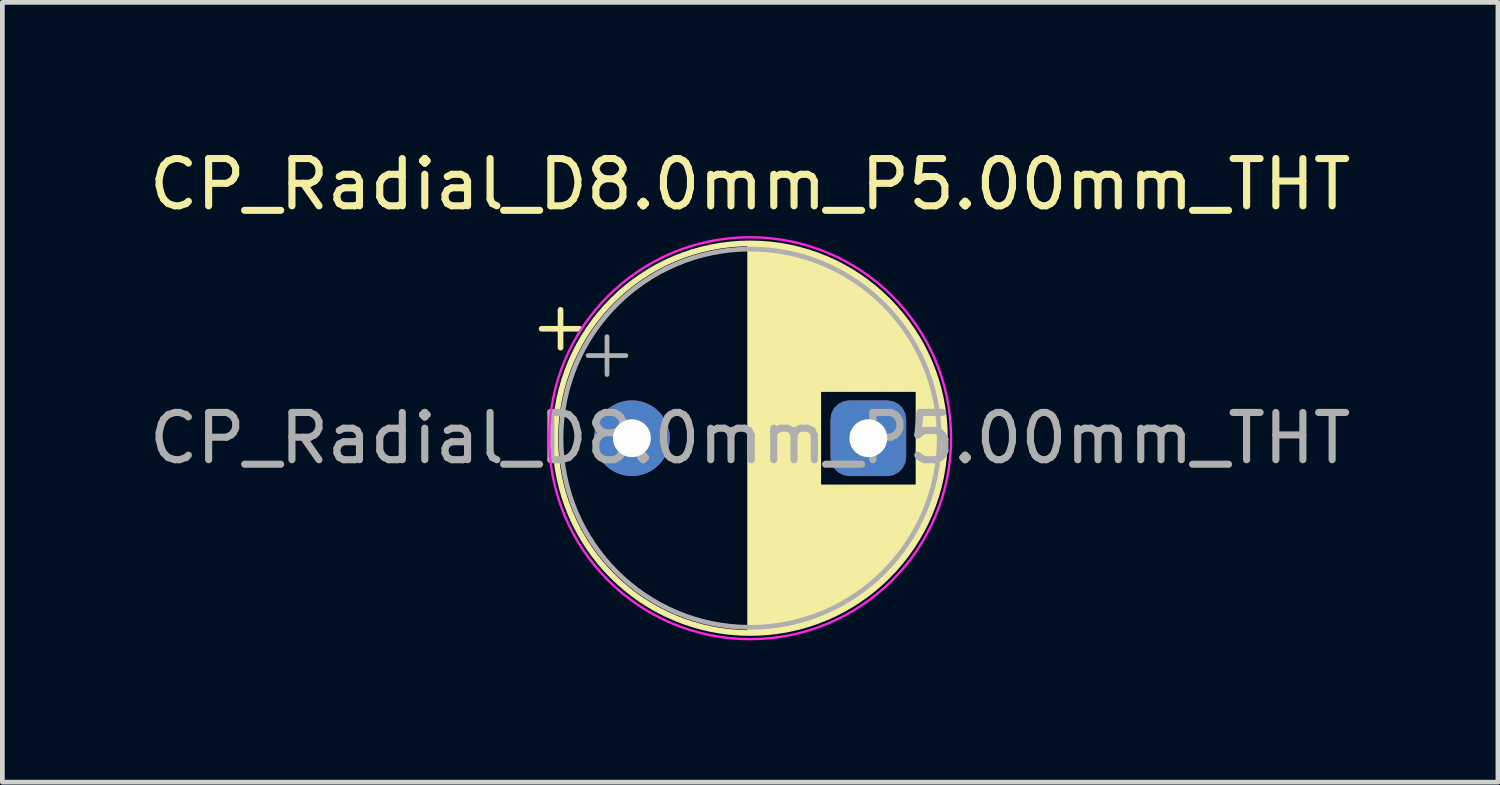
<source format=kicad_pcb>
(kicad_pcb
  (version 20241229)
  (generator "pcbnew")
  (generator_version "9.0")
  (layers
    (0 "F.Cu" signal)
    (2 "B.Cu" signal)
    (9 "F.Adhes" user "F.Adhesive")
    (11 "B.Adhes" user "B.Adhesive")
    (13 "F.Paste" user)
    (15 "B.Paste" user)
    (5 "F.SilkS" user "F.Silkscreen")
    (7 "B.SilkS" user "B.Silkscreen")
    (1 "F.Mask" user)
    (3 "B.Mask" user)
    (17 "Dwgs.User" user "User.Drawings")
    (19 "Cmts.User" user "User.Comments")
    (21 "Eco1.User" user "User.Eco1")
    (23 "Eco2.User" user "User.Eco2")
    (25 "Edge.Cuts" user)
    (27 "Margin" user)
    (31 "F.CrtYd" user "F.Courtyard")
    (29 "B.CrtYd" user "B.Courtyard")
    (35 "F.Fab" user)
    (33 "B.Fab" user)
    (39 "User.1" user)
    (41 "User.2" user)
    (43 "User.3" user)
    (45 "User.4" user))
  (footprint "CP_Radial_D8.0mm_P5.00mm_THT"
    (layer "F.Cu")
    (at 10.315 6.218)
    (property "Reference" "CP_Radial_D8.0mm_P5.00mm_THT" (at 2.5 -5.37 0) (layer "F.SilkS") (effects (font (size 1 1) (thickness 0.15))))
    (attr through_hole)
    (fp_line (start -1.91 -2.315) (end -1.11 -2.315) (stroke (width 0.12) (type solid)) (layer "F.SilkS"))
    (fp_line (start -1.51 -2.715) (end -1.51 -1.915) (stroke (width 0.12) (type solid)) (layer "F.SilkS"))
    (fp_line (start 2.5 -4.08) (end 2.5 4.08) (stroke (width 0.12) (type solid)) (layer "F.SilkS"))
    (fp_line (start 2.54 -4.08) (end 2.54 4.08) (stroke (width 0.12) (type solid)) (layer "F.SilkS"))
    (fp_line (start 2.58 -4.08) (end 2.58 4.08) (stroke (width 0.12) (type solid)) (layer "F.SilkS"))
    (fp_line (start 2.62 -4.079) (end 2.62 4.079) (stroke (width 0.12) (type solid)) (layer "F.SilkS"))
    (fp_line (start 2.66 -4.077) (end 2.66 4.077) (stroke (width 0.12) (type solid)) (layer "F.SilkS"))
    (fp_line (start 2.7 -4.076) (end 2.7 4.076) (stroke (width 0.12) (type solid)) (layer "F.SilkS"))
    (fp_line (start 2.74 -4.074) (end 2.74 4.074) (stroke (width 0.12) (type solid)) (layer "F.SilkS"))
    (fp_line (start 2.78 -4.071) (end 2.78 4.071) (stroke (width 0.12) (type solid)) (layer "F.SilkS"))
    (fp_line (start 2.82 -4.068) (end 2.82 4.068) (stroke (width 0.12) (type solid)) (layer "F.SilkS"))
    (fp_line (start 2.86 -4.065) (end 2.86 4.065) (stroke (width 0.12) (type solid)) (layer "F.SilkS"))
    (fp_line (start 2.9 -4.061) (end 2.9 4.061) (stroke (width 0.12) (type solid)) (layer "F.SilkS"))
    (fp_line (start 2.94 -4.057) (end 2.94 4.057) (stroke (width 0.12) (type solid)) (layer "F.SilkS"))
    (fp_line (start 2.98 -4.052) (end 2.98 4.052) (stroke (width 0.12) (type solid)) (layer "F.SilkS"))
    (fp_line (start 3.02 -4.048) (end 3.02 4.048) (stroke (width 0.12) (type solid)) (layer "F.SilkS"))
    (fp_line (start 3.06 -4.042) (end 3.06 4.042) (stroke (width 0.12) (type solid)) (layer "F.SilkS"))
    (fp_line (start 3.1 -4.037) (end 3.1 4.037) (stroke (width 0.12) (type solid)) (layer "F.SilkS"))
    (fp_line (start 3.14 -4.03) (end 3.14 4.03) (stroke (width 0.12) (type solid)) (layer "F.SilkS"))
    (fp_line (start 3.18 -4.024) (end 3.18 4.024) (stroke (width 0.12) (type solid)) (layer "F.SilkS"))
    (fp_line (start 3.221 -4.017) (end 3.221 4.017) (stroke (width 0.12) (type solid)) (layer "F.SilkS"))
    (fp_line (start 3.261 -4.01) (end 3.261 4.01) (stroke (width 0.12) (type solid)) (layer "F.SilkS"))
    (fp_line (start 3.301 -4.002) (end 3.301 4.002) (stroke (width 0.12) (type solid)) (layer "F.SilkS"))
    (fp_line (start 3.341 -3.994) (end 3.341 3.994) (stroke (width 0.12) (type solid)) (layer "F.SilkS"))
    (fp_line (start 3.381 -3.985) (end 3.381 3.985) (stroke (width 0.12) (type solid)) (layer "F.SilkS"))
    (fp_line (start 3.421 -3.976) (end 3.421 3.976) (stroke (width 0.12) (type solid)) (layer "F.SilkS"))
    (fp_line (start 3.461 -3.967) (end 3.461 3.967) (stroke (width 0.12) (type solid)) (layer "F.SilkS"))
    (fp_line (start 3.501 -3.957) (end 3.501 3.957) (stroke (width 0.12) (type solid)) (layer "F.SilkS"))
    (fp_line (start 3.541 -3.947) (end 3.541 3.947) (stroke (width 0.12) (type solid)) (layer "F.SilkS"))
    (fp_line (start 3.581 -3.936) (end 3.581 3.936) (stroke (width 0.12) (type solid)) (layer "F.SilkS"))
    (fp_line (start 3.621 -3.925) (end 3.621 3.925) (stroke (width 0.12) (type solid)) (layer "F.SilkS"))
    (fp_line (start 3.661 -3.914) (end 3.661 3.914) (stroke (width 0.12) (type solid)) (layer "F.SilkS"))
    (fp_line (start 3.701 -3.902) (end 3.701 3.902) (stroke (width 0.12) (type solid)) (layer "F.SilkS"))
    (fp_line (start 3.741 -3.889) (end 3.741 3.889) (stroke (width 0.12) (type solid)) (layer "F.SilkS"))
    (fp_line (start 3.781 -3.877) (end 3.781 3.877) (stroke (width 0.12) (type solid)) (layer "F.SilkS"))
    (fp_line (start 3.821 -3.863) (end 3.821 3.863) (stroke (width 0.12) (type solid)) (layer "F.SilkS"))
    (fp_line (start 3.861 -3.85) (end 3.861 3.85) (stroke (width 0.12) (type solid)) (layer "F.SilkS"))
    (fp_line (start 3.901 -3.835) (end 3.901 3.835) (stroke (width 0.12) (type solid)) (layer "F.SilkS"))
    (fp_line (start 3.941 -3.821) (end 3.941 3.821) (stroke (width 0.12) (type solid)) (layer "F.SilkS"))
    (fp_line (start 3.981 -3.805) (end 3.981 -1.04) (stroke (width 0.12) (type solid)) (layer "F.SilkS"))
    (fp_line (start 3.981 1.04) (end 3.981 3.805) (stroke (width 0.12) (type solid)) (layer "F.SilkS"))
    (fp_line (start 4.021 -3.79) (end 4.021 -1.04) (stroke (width 0.12) (type solid)) (layer "F.SilkS"))
    (fp_line (start 4.021 1.04) (end 4.021 3.79) (stroke (width 0.12) (type solid)) (layer "F.SilkS"))
    (fp_line (start 4.061 -3.774) (end 4.061 -1.04) (stroke (width 0.12) (type solid)) (layer "F.SilkS"))
    (fp_line (start 4.061 1.04) (end 4.061 3.774) (stroke (width 0.12) (type solid)) (layer "F.SilkS"))
    (fp_line (start 4.101 -3.757) (end 4.101 -1.04) (stroke (width 0.12) (type solid)) (layer "F.SilkS"))
    (fp_line (start 4.101 1.04) (end 4.101 3.757) (stroke (width 0.12) (type solid)) (layer "F.SilkS"))
    (fp_line (start 4.141 -3.74) (end 4.141 -1.04) (stroke (width 0.12) (type solid)) (layer "F.SilkS"))
    (fp_line (start 4.141 1.04) (end 4.141 3.74) (stroke (width 0.12) (type solid)) (layer "F.SilkS"))
    (fp_line (start 4.181 -3.722) (end 4.181 -1.04) (stroke (width 0.12) (type solid)) (layer "F.SilkS"))
    (fp_line (start 4.181 1.04) (end 4.181 3.722) (stroke (width 0.12) (type solid)) (layer "F.SilkS"))
    (fp_line (start 4.221 -3.704) (end 4.221 -1.04) (stroke (width 0.12) (type solid)) (layer "F.SilkS"))
    (fp_line (start 4.221 1.04) (end 4.221 3.704) (stroke (width 0.12) (type solid)) (layer "F.SilkS"))
    (fp_line (start 4.261 -3.686) (end 4.261 -1.04) (stroke (width 0.12) (type solid)) (layer "F.SilkS"))
    (fp_line (start 4.261 1.04) (end 4.261 3.686) (stroke (width 0.12) (type solid)) (layer "F.SilkS"))
    (fp_line (start 4.301 -3.666) (end 4.301 -1.04) (stroke (width 0.12) (type solid)) (layer "F.SilkS"))
    (fp_line (start 4.301 1.04) (end 4.301 3.666) (stroke (width 0.12) (type solid)) (layer "F.SilkS"))
    (fp_line (start 4.341 -3.647) (end 4.341 -1.04) (stroke (width 0.12) (type solid)) (layer "F.SilkS"))
    (fp_line (start 4.341 1.04) (end 4.341 3.647) (stroke (width 0.12) (type solid)) (layer "F.SilkS"))
    (fp_line (start 4.381 -3.627) (end 4.381 -1.04) (stroke (width 0.12) (type solid)) (layer "F.SilkS"))
    (fp_line (start 4.381 1.04) (end 4.381 3.627) (stroke (width 0.12) (type solid)) (layer "F.SilkS"))
    (fp_line (start 4.421 -3.606) (end 4.421 -1.04) (stroke (width 0.12) (type solid)) (layer "F.SilkS"))
    (fp_line (start 4.421 1.04) (end 4.421 3.606) (stroke (width 0.12) (type solid)) (layer "F.SilkS"))
    (fp_line (start 4.461 -3.584) (end 4.461 -1.04) (stroke (width 0.12) (type solid)) (layer "F.SilkS"))
    (fp_line (start 4.461 1.04) (end 4.461 3.584) (stroke (width 0.12) (type solid)) (layer "F.SilkS"))
    (fp_line (start 4.501 -3.562) (end 4.501 -1.04) (stroke (width 0.12) (type solid)) (layer "F.SilkS"))
    (fp_line (start 4.501 1.04) (end 4.501 3.562) (stroke (width 0.12) (type solid)) (layer "F.SilkS"))
    (fp_line (start 4.541 -3.54) (end 4.541 -1.04) (stroke (width 0.12) (type solid)) (layer "F.SilkS"))
    (fp_line (start 4.541 1.04) (end 4.541 3.54) (stroke (width 0.12) (type solid)) (layer "F.SilkS"))
    (fp_line (start 4.581 -3.517) (end 4.581 -1.04) (stroke (width 0.12) (type solid)) (layer "F.SilkS"))
    (fp_line (start 4.581 1.04) (end 4.581 3.517) (stroke (width 0.12) (type solid)) (layer "F.SilkS"))
    (fp_line (start 4.621 -3.493) (end 4.621 -1.04) (stroke (width 0.12) (type solid)) (layer "F.SilkS"))
    (fp_line (start 4.621 1.04) (end 4.621 3.493) (stroke (width 0.12) (type solid)) (layer "F.SilkS"))
    (fp_line (start 4.661 -3.469) (end 4.661 -1.04) (stroke (width 0.12) (type solid)) (layer "F.SilkS"))
    (fp_line (start 4.661 1.04) (end 4.661 3.469) (stroke (width 0.12) (type solid)) (layer "F.SilkS"))
    (fp_line (start 4.701 -3.444) (end 4.701 -1.04) (stroke (width 0.12) (type solid)) (layer "F.SilkS"))
    (fp_line (start 4.701 1.04) (end 4.701 3.444) (stroke (width 0.12) (type solid)) (layer "F.SilkS"))
    (fp_line (start 4.741 -3.418) (end 4.741 -1.04) (stroke (width 0.12) (type solid)) (layer "F.SilkS"))
    (fp_line (start 4.741 1.04) (end 4.741 3.418) (stroke (width 0.12) (type solid)) (layer "F.SilkS"))
    (fp_line (start 4.781 -3.392) (end 4.781 -1.04) (stroke (width 0.12) (type solid)) (layer "F.SilkS"))
    (fp_line (start 4.781 1.04) (end 4.781 3.392) (stroke (width 0.12) (type solid)) (layer "F.SilkS"))
    (fp_line (start 4.821 -3.365) (end 4.821 -1.04) (stroke (width 0.12) (type solid)) (layer "F.SilkS"))
    (fp_line (start 4.821 1.04) (end 4.821 3.365) (stroke (width 0.12) (type solid)) (layer "F.SilkS"))
    (fp_line (start 4.861 -3.338) (end 4.861 -1.04) (stroke (width 0.12) (type solid)) (layer "F.SilkS"))
    (fp_line (start 4.861 1.04) (end 4.861 3.338) (stroke (width 0.12) (type solid)) (layer "F.SilkS"))
    (fp_line (start 4.901 -3.309) (end 4.901 -1.04) (stroke (width 0.12) (type solid)) (layer "F.SilkS"))
    (fp_line (start 4.901 1.04) (end 4.901 3.309) (stroke (width 0.12) (type solid)) (layer "F.SilkS"))
    (fp_line (start 4.941 -3.28) (end 4.941 -1.04) (stroke (width 0.12) (type solid)) (layer "F.SilkS"))
    (fp_line (start 4.941 1.04) (end 4.941 3.28) (stroke (width 0.12) (type solid)) (layer "F.SilkS"))
    (fp_line (start 4.981 -3.25) (end 4.981 -1.04) (stroke (width 0.12) (type solid)) (layer "F.SilkS"))
    (fp_line (start 4.981 1.04) (end 4.981 3.25) (stroke (width 0.12) (type solid)) (layer "F.SilkS"))
    (fp_line (start 5.021 -3.22) (end 5.021 -1.04) (stroke (width 0.12) (type solid)) (layer "F.SilkS"))
    (fp_line (start 5.021 1.04) (end 5.021 3.22) (stroke (width 0.12) (type solid)) (layer "F.SilkS"))
    (fp_line (start 5.061 -3.189) (end 5.061 -1.04) (stroke (width 0.12) (type solid)) (layer "F.SilkS"))
    (fp_line (start 5.061 1.04) (end 5.061 3.189) (stroke (width 0.12) (type solid)) (layer "F.SilkS"))
    (fp_line (start 5.101 -3.156) (end 5.101 -1.04) (stroke (width 0.12) (type solid)) (layer "F.SilkS"))
    (fp_line (start 5.101 1.04) (end 5.101 3.156) (stroke (width 0.12) (type solid)) (layer "F.SilkS"))
    (fp_line (start 5.141 -3.124) (end 5.141 -1.04) (stroke (width 0.12) (type solid)) (layer "F.SilkS"))
    (fp_line (start 5.141 1.04) (end 5.141 3.124) (stroke (width 0.12) (type solid)) (layer "F.SilkS"))
    (fp_line (start 5.181 -3.09) (end 5.181 -1.04) (stroke (width 0.12) (type solid)) (layer "F.SilkS"))
    (fp_line (start 5.181 1.04) (end 5.181 3.09) (stroke (width 0.12) (type solid)) (layer "F.SilkS"))
    (fp_line (start 5.221 -3.055) (end 5.221 -1.04) (stroke (width 0.12) (type solid)) (layer "F.SilkS"))
    (fp_line (start 5.221 1.04) (end 5.221 3.055) (stroke (width 0.12) (type solid)) (layer "F.SilkS"))
    (fp_line (start 5.261 -3.019) (end 5.261 -1.04) (stroke (width 0.12) (type solid)) (layer "F.SilkS"))
    (fp_line (start 5.261 1.04) (end 5.261 3.019) (stroke (width 0.12) (type solid)) (layer "F.SilkS"))
    (fp_line (start 5.301 -2.983) (end 5.301 -1.04) (stroke (width 0.12) (type solid)) (layer "F.SilkS"))
    (fp_line (start 5.301 1.04) (end 5.301 2.983) (stroke (width 0.12) (type solid)) (layer "F.SilkS"))
    (fp_line (start 5.341 -2.945) (end 5.341 -1.04) (stroke (width 0.12) (type solid)) (layer "F.SilkS"))
    (fp_line (start 5.341 1.04) (end 5.341 2.945) (stroke (width 0.12) (type solid)) (layer "F.SilkS"))
    (fp_line (start 5.381 -2.907) (end 5.381 -1.04) (stroke (width 0.12) (type solid)) (layer "F.SilkS"))
    (fp_line (start 5.381 1.04) (end 5.381 2.907) (stroke (width 0.12) (type solid)) (layer "F.SilkS"))
    (fp_line (start 5.421 -2.867) (end 5.421 -1.04) (stroke (width 0.12) (type solid)) (layer "F.SilkS"))
    (fp_line (start 5.421 1.04) (end 5.421 2.867) (stroke (width 0.12) (type solid)) (layer "F.SilkS"))
    (fp_line (start 5.461 -2.826) (end 5.461 -1.04) (stroke (width 0.12) (type solid)) (layer "F.SilkS"))
    (fp_line (start 5.461 1.04) (end 5.461 2.826) (stroke (width 0.12) (type solid)) (layer "F.SilkS"))
    (fp_line (start 5.501 -2.784) (end 5.501 -1.04) (stroke (width 0.12) (type solid)) (layer "F.SilkS"))
    (fp_line (start 5.501 1.04) (end 5.501 2.784) (stroke (width 0.12) (type solid)) (layer "F.SilkS"))
    (fp_line (start 5.541 -2.741) (end 5.541 -1.04) (stroke (width 0.12) (type solid)) (layer "F.SilkS"))
    (fp_line (start 5.541 1.04) (end 5.541 2.741) (stroke (width 0.12) (type solid)) (layer "F.SilkS"))
    (fp_line (start 5.581 -2.697) (end 5.581 -1.04) (stroke (width 0.12) (type solid)) (layer "F.SilkS"))
    (fp_line (start 5.581 1.04) (end 5.581 2.697) (stroke (width 0.12) (type solid)) (layer "F.SilkS"))
    (fp_line (start 5.621 -2.651) (end 5.621 -1.04) (stroke (width 0.12) (type solid)) (layer "F.SilkS"))
    (fp_line (start 5.621 1.04) (end 5.621 2.651) (stroke (width 0.12) (type solid)) (layer "F.SilkS"))
    (fp_line (start 5.661 -2.604) (end 5.661 -1.04) (stroke (width 0.12) (type solid)) (layer "F.SilkS"))
    (fp_line (start 5.661 1.04) (end 5.661 2.604) (stroke (width 0.12) (type solid)) (layer "F.SilkS"))
    (fp_line (start 5.701 -2.556) (end 5.701 -1.04) (stroke (width 0.12) (type solid)) (layer "F.SilkS"))
    (fp_line (start 5.701 1.04) (end 5.701 2.556) (stroke (width 0.12) (type solid)) (layer "F.SilkS"))
    (fp_line (start 5.741 -2.505) (end 5.741 -1.04) (stroke (width 0.12) (type solid)) (layer "F.SilkS"))
    (fp_line (start 5.741 1.04) (end 5.741 2.505) (stroke (width 0.12) (type solid)) (layer "F.SilkS"))
    (fp_line (start 5.781 -2.454) (end 5.781 -1.04) (stroke (width 0.12) (type solid)) (layer "F.SilkS"))
    (fp_line (start 5.781 1.04) (end 5.781 2.454) (stroke (width 0.12) (type solid)) (layer "F.SilkS"))
    (fp_line (start 5.821 -2.4) (end 5.821 -1.04) (stroke (width 0.12) (type solid)) (layer "F.SilkS"))
    (fp_line (start 5.821 1.04) (end 5.821 2.4) (stroke (width 0.12) (type solid)) (layer "F.SilkS"))
    (fp_line (start 5.861 -2.345) (end 5.861 -1.04) (stroke (width 0.12) (type solid)) (layer "F.SilkS"))
    (fp_line (start 5.861 1.04) (end 5.861 2.345) (stroke (width 0.12) (type solid)) (layer "F.SilkS"))
    (fp_line (start 5.901 -2.287) (end 5.901 -1.04) (stroke (width 0.12) (type solid)) (layer "F.SilkS"))
    (fp_line (start 5.901 1.04) (end 5.901 2.287) (stroke (width 0.12) (type solid)) (layer "F.SilkS"))
    (fp_line (start 5.941 -2.228) (end 5.941 -1.04) (stroke (width 0.12) (type solid)) (layer "F.SilkS"))
    (fp_line (start 5.941 1.04) (end 5.941 2.228) (stroke (width 0.12) (type solid)) (layer "F.SilkS"))
    (fp_line (start 5.981 -2.166) (end 5.981 -1.04) (stroke (width 0.12) (type solid)) (layer "F.SilkS"))
    (fp_line (start 5.981 1.04) (end 5.981 2.166) (stroke (width 0.12) (type solid)) (layer "F.SilkS"))
    (fp_line (start 6.021 -2.102) (end 6.021 -1.04) (stroke (width 0.12) (type solid)) (layer "F.SilkS"))
    (fp_line (start 6.021 1.04) (end 6.021 2.102) (stroke (width 0.12) (type solid)) (layer "F.SilkS"))
    (fp_line (start 6.061 -2.034) (end 6.061 2.034) (stroke (width 0.12) (type solid)) (layer "F.SilkS"))
    (fp_line (start 6.101 -1.964) (end 6.101 1.964) (stroke (width 0.12) (type solid)) (layer "F.SilkS"))
    (fp_line (start 6.141 -1.89) (end 6.141 1.89) (stroke (width 0.12) (type solid)) (layer "F.SilkS"))
    (fp_line (start 6.181 -1.813) (end 6.181 1.813) (stroke (width 0.12) (type solid)) (layer "F.SilkS"))
    (fp_line (start 6.221 -1.731) (end 6.221 1.731) (stroke (width 0.12) (type solid)) (layer "F.SilkS"))
    (fp_line (start 6.261 -1.645) (end 6.261 1.645) (stroke (width 0.12) (type solid)) (layer "F.SilkS"))
    (fp_line (start 6.301 -1.552) (end 6.301 1.552) (stroke (width 0.12) (type solid)) (layer "F.SilkS"))
    (fp_line (start 6.341 -1.453) (end 6.341 1.453) (stroke (width 0.12) (type solid)) (layer "F.SilkS"))
    (fp_line (start 6.381 -1.346) (end 6.381 1.346) (stroke (width 0.12) (type solid)) (layer "F.SilkS"))
    (fp_line (start 6.421 -1.229) (end 6.421 1.229) (stroke (width 0.12) (type solid)) (layer "F.SilkS"))
    (fp_line (start 6.461 -1.098) (end 6.461 1.098) (stroke (width 0.12) (type solid)) (layer "F.SilkS"))
    (fp_line (start 6.501 -0.948) (end 6.501 0.948) (stroke (width 0.12) (type solid)) (layer "F.SilkS"))
    (fp_line (start 6.541 -0.768) (end 6.541 0.768) (stroke (width 0.12) (type solid)) (layer "F.SilkS"))
    (fp_line (start 6.581 -0.533) (end 6.581 0.533) (stroke (width 0.12) (type solid)) (layer "F.SilkS"))
    (fp_circle (center 2.5 0) (end 6.62 0) (stroke (width 0.12) (type solid)) (fill no) (layer "F.SilkS"))
    (fp_circle (center 2.5 0) (end 6.75 0) (stroke (width 0.05) (type solid)) (fill no) (layer "F.CrtYd"))
    (fp_line (start -0.927 -1.748) (end -0.127 -1.748) (stroke (width 0.1) (type solid)) (layer "F.Fab"))
    (fp_line (start -0.527 -2.147) (end -0.527 -1.347) (stroke (width 0.1) (type solid)) (layer "F.Fab"))
    (fp_circle (center 2.5 0) (end 6.5 0) (stroke (width 0.1) (type solid)) (fill no) (layer "F.Fab"))
    (fp_text user "${REFERENCE}" (at 2.5 0 0) (layer "F.Fab") (effects (font (size 1 1) (thickness 0.15))))
    (pad "1" thru_hole circle (at 0 0) (size 1.6 1.6) (drill 0.8) (layers "*.Cu" "*.Mask"))
    (pad "2" thru_hole roundrect (at 5 0) (size 1.6 1.6) (drill 0.8) (layers "*.Cu" "*.Mask") (roundrect_rratio 0.25)))
  (gr_rect
    (start -3 -3)
    (end 28.631 13.493)
    (stroke (width 0.1) (type default))
    (fill no)
    (layer "Edge.Cuts")))
</source>
